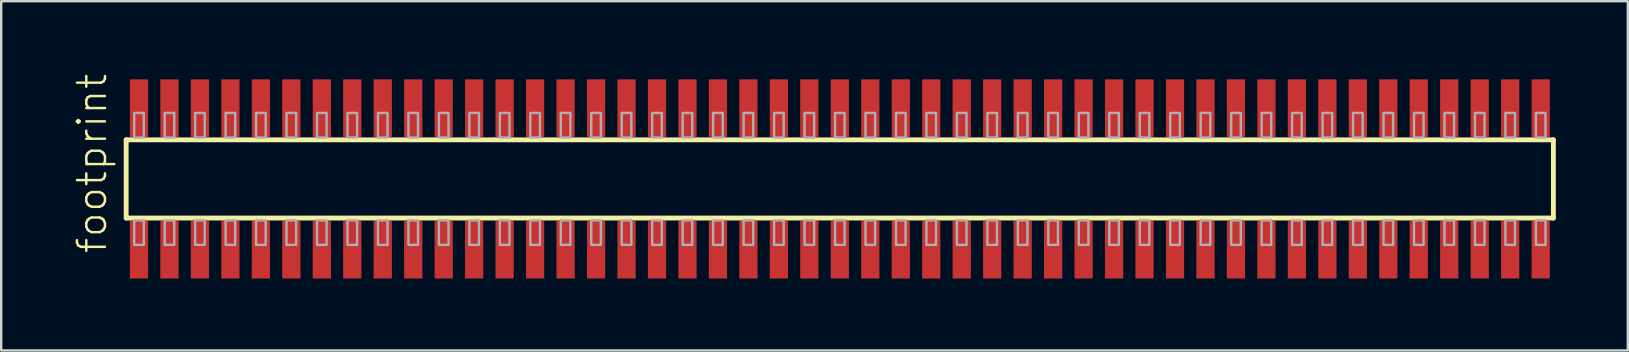
<source format=kicad_pcb>
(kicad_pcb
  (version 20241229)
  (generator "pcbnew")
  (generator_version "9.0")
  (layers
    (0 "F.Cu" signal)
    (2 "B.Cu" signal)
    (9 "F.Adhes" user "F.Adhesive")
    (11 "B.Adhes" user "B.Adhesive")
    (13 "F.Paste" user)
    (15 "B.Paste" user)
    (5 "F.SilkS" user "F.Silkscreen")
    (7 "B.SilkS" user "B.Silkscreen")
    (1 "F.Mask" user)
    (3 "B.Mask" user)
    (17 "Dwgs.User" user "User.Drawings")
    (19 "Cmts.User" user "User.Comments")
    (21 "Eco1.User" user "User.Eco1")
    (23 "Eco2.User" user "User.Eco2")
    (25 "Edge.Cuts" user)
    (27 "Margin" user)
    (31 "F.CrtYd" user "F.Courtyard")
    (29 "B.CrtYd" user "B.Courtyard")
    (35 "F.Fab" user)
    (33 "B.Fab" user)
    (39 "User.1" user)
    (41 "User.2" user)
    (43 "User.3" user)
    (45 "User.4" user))
  (footprint "footprint"
    (layer "F.Cu")
    (at 31.953 4.407)
    (property "Reference" "footprint" (at -30.48 3.175 90) (layer "F.SilkS") (effects (font (size 1.168 1.168) (thickness 0.102)) (justify left bottom)))
    (fp_line (start -29.745 -1.63) (end 29.74 -1.63) (stroke (width 0.203) (type solid)) (layer "F.SilkS"))
    (fp_line (start -29.745 1.63) (end -29.745 -1.63) (stroke (width 0.203) (type solid)) (layer "F.SilkS"))
    (fp_line (start 29.74 -1.63) (end 29.74 1.63) (stroke (width 0.203) (type solid)) (layer "F.SilkS"))
    (fp_line (start 29.74 1.63) (end -29.745 1.63) (stroke (width 0.203) (type solid)) (layer "F.SilkS"))
    (fp_poly (pts (xy -29.41 -1.725) (xy -29.01 -1.725) (xy -29.01 -2.75) (xy -29.41 -2.75)) (stroke (width 0.1) (type solid)) (fill no) (layer "F.Fab"))
    (fp_poly (pts (xy -29.01 1.725) (xy -29.41 1.725) (xy -29.41 2.75) (xy -29.01 2.75)) (stroke (width 0.1) (type solid)) (fill no) (layer "F.Fab"))
    (fp_poly (pts (xy -28.14 -1.725) (xy -27.74 -1.725) (xy -27.74 -2.75) (xy -28.14 -2.75)) (stroke (width 0.1) (type solid)) (fill no) (layer "F.Fab"))
    (fp_poly (pts (xy -27.74 1.725) (xy -28.14 1.725) (xy -28.14 2.75) (xy -27.74 2.75)) (stroke (width 0.1) (type solid)) (fill no) (layer "F.Fab"))
    (fp_poly (pts (xy -26.87 -1.725) (xy -26.47 -1.725) (xy -26.47 -2.75) (xy -26.87 -2.75)) (stroke (width 0.1) (type solid)) (fill no) (layer "F.Fab"))
    (fp_poly (pts (xy -26.47 1.725) (xy -26.87 1.725) (xy -26.87 2.75) (xy -26.47 2.75)) (stroke (width 0.1) (type solid)) (fill no) (layer "F.Fab"))
    (fp_poly (pts (xy -25.6 -1.725) (xy -25.2 -1.725) (xy -25.2 -2.75) (xy -25.6 -2.75)) (stroke (width 0.1) (type solid)) (fill no) (layer "F.Fab"))
    (fp_poly (pts (xy -25.2 1.725) (xy -25.6 1.725) (xy -25.6 2.75) (xy -25.2 2.75)) (stroke (width 0.1) (type solid)) (fill no) (layer "F.Fab"))
    (fp_poly (pts (xy -24.33 -1.725) (xy -23.93 -1.725) (xy -23.93 -2.75) (xy -24.33 -2.75)) (stroke (width 0.1) (type solid)) (fill no) (layer "F.Fab"))
    (fp_poly (pts (xy -23.93 1.725) (xy -24.33 1.725) (xy -24.33 2.75) (xy -23.93 2.75)) (stroke (width 0.1) (type solid)) (fill no) (layer "F.Fab"))
    (fp_poly (pts (xy -23.06 -1.725) (xy -22.66 -1.725) (xy -22.66 -2.75) (xy -23.06 -2.75)) (stroke (width 0.1) (type solid)) (fill no) (layer "F.Fab"))
    (fp_poly (pts (xy -22.66 1.725) (xy -23.06 1.725) (xy -23.06 2.75) (xy -22.66 2.75)) (stroke (width 0.1) (type solid)) (fill no) (layer "F.Fab"))
    (fp_poly (pts (xy -21.79 -1.725) (xy -21.39 -1.725) (xy -21.39 -2.75) (xy -21.79 -2.75)) (stroke (width 0.1) (type solid)) (fill no) (layer "F.Fab"))
    (fp_poly (pts (xy -21.39 1.725) (xy -21.79 1.725) (xy -21.79 2.75) (xy -21.39 2.75)) (stroke (width 0.1) (type solid)) (fill no) (layer "F.Fab"))
    (fp_poly (pts (xy -20.52 -1.725) (xy -20.12 -1.725) (xy -20.12 -2.75) (xy -20.52 -2.75)) (stroke (width 0.1) (type solid)) (fill no) (layer "F.Fab"))
    (fp_poly (pts (xy -20.12 1.725) (xy -20.52 1.725) (xy -20.52 2.75) (xy -20.12 2.75)) (stroke (width 0.1) (type solid)) (fill no) (layer "F.Fab"))
    (fp_poly (pts (xy -19.25 -1.725) (xy -18.85 -1.725) (xy -18.85 -2.75) (xy -19.25 -2.75)) (stroke (width 0.1) (type solid)) (fill no) (layer "F.Fab"))
    (fp_poly (pts (xy -18.85 1.725) (xy -19.25 1.725) (xy -19.25 2.75) (xy -18.85 2.75)) (stroke (width 0.1) (type solid)) (fill no) (layer "F.Fab"))
    (fp_poly (pts (xy -17.98 -1.725) (xy -17.58 -1.725) (xy -17.58 -2.75) (xy -17.98 -2.75)) (stroke (width 0.1) (type solid)) (fill no) (layer "F.Fab"))
    (fp_poly (pts (xy -17.58 1.725) (xy -17.98 1.725) (xy -17.98 2.75) (xy -17.58 2.75)) (stroke (width 0.1) (type solid)) (fill no) (layer "F.Fab"))
    (fp_poly (pts (xy -16.71 -1.725) (xy -16.31 -1.725) (xy -16.31 -2.75) (xy -16.71 -2.75)) (stroke (width 0.1) (type solid)) (fill no) (layer "F.Fab"))
    (fp_poly (pts (xy -16.31 1.725) (xy -16.71 1.725) (xy -16.71 2.75) (xy -16.31 2.75)) (stroke (width 0.1) (type solid)) (fill no) (layer "F.Fab"))
    (fp_poly (pts (xy -15.44 -1.725) (xy -15.04 -1.725) (xy -15.04 -2.75) (xy -15.44 -2.75)) (stroke (width 0.1) (type solid)) (fill no) (layer "F.Fab"))
    (fp_poly (pts (xy -15.04 1.725) (xy -15.44 1.725) (xy -15.44 2.75) (xy -15.04 2.75)) (stroke (width 0.1) (type solid)) (fill no) (layer "F.Fab"))
    (fp_poly (pts (xy -14.17 -1.725) (xy -13.77 -1.725) (xy -13.77 -2.75) (xy -14.17 -2.75)) (stroke (width 0.1) (type solid)) (fill no) (layer "F.Fab"))
    (fp_poly (pts (xy -13.77 1.725) (xy -14.17 1.725) (xy -14.17 2.75) (xy -13.77 2.75)) (stroke (width 0.1) (type solid)) (fill no) (layer "F.Fab"))
    (fp_poly (pts (xy -12.9 -1.725) (xy -12.5 -1.725) (xy -12.5 -2.75) (xy -12.9 -2.75)) (stroke (width 0.1) (type solid)) (fill no) (layer "F.Fab"))
    (fp_poly (pts (xy -12.5 1.725) (xy -12.9 1.725) (xy -12.9 2.75) (xy -12.5 2.75)) (stroke (width 0.1) (type solid)) (fill no) (layer "F.Fab"))
    (fp_poly (pts (xy -11.63 -1.725) (xy -11.23 -1.725) (xy -11.23 -2.75) (xy -11.63 -2.75)) (stroke (width 0.1) (type solid)) (fill no) (layer "F.Fab"))
    (fp_poly (pts (xy -11.23 1.725) (xy -11.63 1.725) (xy -11.63 2.75) (xy -11.23 2.75)) (stroke (width 0.1) (type solid)) (fill no) (layer "F.Fab"))
    (fp_poly (pts (xy -10.36 -1.725) (xy -9.96 -1.725) (xy -9.96 -2.75) (xy -10.36 -2.75)) (stroke (width 0.1) (type solid)) (fill no) (layer "F.Fab"))
    (fp_poly (pts (xy -9.96 1.725) (xy -10.36 1.725) (xy -10.36 2.75) (xy -9.96 2.75)) (stroke (width 0.1) (type solid)) (fill no) (layer "F.Fab"))
    (fp_poly (pts (xy -9.09 -1.725) (xy -8.69 -1.725) (xy -8.69 -2.75) (xy -9.09 -2.75)) (stroke (width 0.1) (type solid)) (fill no) (layer "F.Fab"))
    (fp_poly (pts (xy -8.69 1.725) (xy -9.09 1.725) (xy -9.09 2.75) (xy -8.69 2.75)) (stroke (width 0.1) (type solid)) (fill no) (layer "F.Fab"))
    (fp_poly (pts (xy -7.82 -1.725) (xy -7.42 -1.725) (xy -7.42 -2.75) (xy -7.82 -2.75)) (stroke (width 0.1) (type solid)) (fill no) (layer "F.Fab"))
    (fp_poly (pts (xy -7.42 1.725) (xy -7.82 1.725) (xy -7.82 2.75) (xy -7.42 2.75)) (stroke (width 0.1) (type solid)) (fill no) (layer "F.Fab"))
    (fp_poly (pts (xy -6.55 -1.725) (xy -6.15 -1.725) (xy -6.15 -2.75) (xy -6.55 -2.75)) (stroke (width 0.1) (type solid)) (fill no) (layer "F.Fab"))
    (fp_poly (pts (xy -6.15 1.725) (xy -6.55 1.725) (xy -6.55 2.75) (xy -6.15 2.75)) (stroke (width 0.1) (type solid)) (fill no) (layer "F.Fab"))
    (fp_poly (pts (xy -5.28 -1.725) (xy -4.88 -1.725) (xy -4.88 -2.75) (xy -5.28 -2.75)) (stroke (width 0.1) (type solid)) (fill no) (layer "F.Fab"))
    (fp_poly (pts (xy -4.88 1.725) (xy -5.28 1.725) (xy -5.28 2.75) (xy -4.88 2.75)) (stroke (width 0.1) (type solid)) (fill no) (layer "F.Fab"))
    (fp_poly (pts (xy -4.01 -1.725) (xy -3.61 -1.725) (xy -3.61 -2.75) (xy -4.01 -2.75)) (stroke (width 0.1) (type solid)) (fill no) (layer "F.Fab"))
    (fp_poly (pts (xy -3.61 1.725) (xy -4.01 1.725) (xy -4.01 2.75) (xy -3.61 2.75)) (stroke (width 0.1) (type solid)) (fill no) (layer "F.Fab"))
    (fp_poly (pts (xy -2.74 -1.725) (xy -2.34 -1.725) (xy -2.34 -2.75) (xy -2.74 -2.75)) (stroke (width 0.1) (type solid)) (fill no) (layer "F.Fab"))
    (fp_poly (pts (xy -2.34 1.725) (xy -2.74 1.725) (xy -2.74 2.75) (xy -2.34 2.75)) (stroke (width 0.1) (type solid)) (fill no) (layer "F.Fab"))
    (fp_poly (pts (xy -1.47 -1.725) (xy -1.07 -1.725) (xy -1.07 -2.75) (xy -1.47 -2.75)) (stroke (width 0.1) (type solid)) (fill no) (layer "F.Fab"))
    (fp_poly (pts (xy -1.07 1.725) (xy -1.47 1.725) (xy -1.47 2.75) (xy -1.07 2.75)) (stroke (width 0.1) (type solid)) (fill no) (layer "F.Fab"))
    (fp_poly (pts (xy -0.2 -1.725) (xy 0.2 -1.725) (xy 0.2 -2.75) (xy -0.2 -2.75)) (stroke (width 0.1) (type solid)) (fill no) (layer "F.Fab"))
    (fp_poly (pts (xy 0.2 1.725) (xy -0.2 1.725) (xy -0.2 2.75) (xy 0.2 2.75)) (stroke (width 0.1) (type solid)) (fill no) (layer "F.Fab"))
    (fp_poly (pts (xy 1.07 -1.725) (xy 1.47 -1.725) (xy 1.47 -2.75) (xy 1.07 -2.75)) (stroke (width 0.1) (type solid)) (fill no) (layer "F.Fab"))
    (fp_poly (pts (xy 1.47 1.725) (xy 1.07 1.725) (xy 1.07 2.75) (xy 1.47 2.75)) (stroke (width 0.1) (type solid)) (fill no) (layer "F.Fab"))
    (fp_poly (pts (xy 2.34 -1.725) (xy 2.74 -1.725) (xy 2.74 -2.75) (xy 2.34 -2.75)) (stroke (width 0.1) (type solid)) (fill no) (layer "F.Fab"))
    (fp_poly (pts (xy 2.74 1.725) (xy 2.34 1.725) (xy 2.34 2.75) (xy 2.74 2.75)) (stroke (width 0.1) (type solid)) (fill no) (layer "F.Fab"))
    (fp_poly (pts (xy 3.61 -1.725) (xy 4.01 -1.725) (xy 4.01 -2.75) (xy 3.61 -2.75)) (stroke (width 0.1) (type solid)) (fill no) (layer "F.Fab"))
    (fp_poly (pts (xy 4.01 1.725) (xy 3.61 1.725) (xy 3.61 2.75) (xy 4.01 2.75)) (stroke (width 0.1) (type solid)) (fill no) (layer "F.Fab"))
    (fp_poly (pts (xy 4.88 -1.725) (xy 5.28 -1.725) (xy 5.28 -2.75) (xy 4.88 -2.75)) (stroke (width 0.1) (type solid)) (fill no) (layer "F.Fab"))
    (fp_poly (pts (xy 5.28 1.725) (xy 4.88 1.725) (xy 4.88 2.75) (xy 5.28 2.75)) (stroke (width 0.1) (type solid)) (fill no) (layer "F.Fab"))
    (fp_poly (pts (xy 6.15 -1.725) (xy 6.55 -1.725) (xy 6.55 -2.75) (xy 6.15 -2.75)) (stroke (width 0.1) (type solid)) (fill no) (layer "F.Fab"))
    (fp_poly (pts (xy 6.55 1.725) (xy 6.15 1.725) (xy 6.15 2.75) (xy 6.55 2.75)) (stroke (width 0.1) (type solid)) (fill no) (layer "F.Fab"))
    (fp_poly (pts (xy 7.42 -1.725) (xy 7.82 -1.725) (xy 7.82 -2.75) (xy 7.42 -2.75)) (stroke (width 0.1) (type solid)) (fill no) (layer "F.Fab"))
    (fp_poly (pts (xy 7.82 1.725) (xy 7.42 1.725) (xy 7.42 2.75) (xy 7.82 2.75)) (stroke (width 0.1) (type solid)) (fill no) (layer "F.Fab"))
    (fp_poly (pts (xy 8.69 -1.725) (xy 9.09 -1.725) (xy 9.09 -2.75) (xy 8.69 -2.75)) (stroke (width 0.1) (type solid)) (fill no) (layer "F.Fab"))
    (fp_poly (pts (xy 9.09 1.725) (xy 8.69 1.725) (xy 8.69 2.75) (xy 9.09 2.75)) (stroke (width 0.1) (type solid)) (fill no) (layer "F.Fab"))
    (fp_poly (pts (xy 9.96 -1.725) (xy 10.36 -1.725) (xy 10.36 -2.75) (xy 9.96 -2.75)) (stroke (width 0.1) (type solid)) (fill no) (layer "F.Fab"))
    (fp_poly (pts (xy 10.36 1.725) (xy 9.96 1.725) (xy 9.96 2.75) (xy 10.36 2.75)) (stroke (width 0.1) (type solid)) (fill no) (layer "F.Fab"))
    (fp_poly (pts (xy 11.23 -1.725) (xy 11.63 -1.725) (xy 11.63 -2.75) (xy 11.23 -2.75)) (stroke (width 0.1) (type solid)) (fill no) (layer "F.Fab"))
    (fp_poly (pts (xy 11.63 1.725) (xy 11.23 1.725) (xy 11.23 2.75) (xy 11.63 2.75)) (stroke (width 0.1) (type solid)) (fill no) (layer "F.Fab"))
    (fp_poly (pts (xy 12.5 -1.725) (xy 12.9 -1.725) (xy 12.9 -2.75) (xy 12.5 -2.75)) (stroke (width 0.1) (type solid)) (fill no) (layer "F.Fab"))
    (fp_poly (pts (xy 12.9 1.725) (xy 12.5 1.725) (xy 12.5 2.75) (xy 12.9 2.75)) (stroke (width 0.1) (type solid)) (fill no) (layer "F.Fab"))
    (fp_poly (pts (xy 13.77 -1.725) (xy 14.17 -1.725) (xy 14.17 -2.75) (xy 13.77 -2.75)) (stroke (width 0.1) (type solid)) (fill no) (layer "F.Fab"))
    (fp_poly (pts (xy 14.17 1.725) (xy 13.77 1.725) (xy 13.77 2.75) (xy 14.17 2.75)) (stroke (width 0.1) (type solid)) (fill no) (layer "F.Fab"))
    (fp_poly (pts (xy 15.04 -1.725) (xy 15.44 -1.725) (xy 15.44 -2.75) (xy 15.04 -2.75)) (stroke (width 0.1) (type solid)) (fill no) (layer "F.Fab"))
    (fp_poly (pts (xy 15.44 1.725) (xy 15.04 1.725) (xy 15.04 2.75) (xy 15.44 2.75)) (stroke (width 0.1) (type solid)) (fill no) (layer "F.Fab"))
    (fp_poly (pts (xy 16.31 -1.725) (xy 16.71 -1.725) (xy 16.71 -2.75) (xy 16.31 -2.75)) (stroke (width 0.1) (type solid)) (fill no) (layer "F.Fab"))
    (fp_poly (pts (xy 16.71 1.725) (xy 16.31 1.725) (xy 16.31 2.75) (xy 16.71 2.75)) (stroke (width 0.1) (type solid)) (fill no) (layer "F.Fab"))
    (fp_poly (pts (xy 17.58 -1.725) (xy 17.98 -1.725) (xy 17.98 -2.75) (xy 17.58 -2.75)) (stroke (width 0.1) (type solid)) (fill no) (layer "F.Fab"))
    (fp_poly (pts (xy 17.98 1.725) (xy 17.58 1.725) (xy 17.58 2.75) (xy 17.98 2.75)) (stroke (width 0.1) (type solid)) (fill no) (layer "F.Fab"))
    (fp_poly (pts (xy 18.85 -1.725) (xy 19.25 -1.725) (xy 19.25 -2.75) (xy 18.85 -2.75)) (stroke (width 0.1) (type solid)) (fill no) (layer "F.Fab"))
    (fp_poly (pts (xy 19.25 1.725) (xy 18.85 1.725) (xy 18.85 2.75) (xy 19.25 2.75)) (stroke (width 0.1) (type solid)) (fill no) (layer "F.Fab"))
    (fp_poly (pts (xy 20.12 -1.725) (xy 20.52 -1.725) (xy 20.52 -2.75) (xy 20.12 -2.75)) (stroke (width 0.1) (type solid)) (fill no) (layer "F.Fab"))
    (fp_poly (pts (xy 20.52 1.725) (xy 20.12 1.725) (xy 20.12 2.75) (xy 20.52 2.75)) (stroke (width 0.1) (type solid)) (fill no) (layer "F.Fab"))
    (fp_poly (pts (xy 21.39 -1.725) (xy 21.79 -1.725) (xy 21.79 -2.75) (xy 21.39 -2.75)) (stroke (width 0.1) (type solid)) (fill no) (layer "F.Fab"))
    (fp_poly (pts (xy 21.79 1.725) (xy 21.39 1.725) (xy 21.39 2.75) (xy 21.79 2.75)) (stroke (width 0.1) (type solid)) (fill no) (layer "F.Fab"))
    (fp_poly (pts (xy 22.66 -1.725) (xy 23.06 -1.725) (xy 23.06 -2.75) (xy 22.66 -2.75)) (stroke (width 0.1) (type solid)) (fill no) (layer "F.Fab"))
    (fp_poly (pts (xy 23.06 1.725) (xy 22.66 1.725) (xy 22.66 2.75) (xy 23.06 2.75)) (stroke (width 0.1) (type solid)) (fill no) (layer "F.Fab"))
    (fp_poly (pts (xy 23.93 -1.725) (xy 24.33 -1.725) (xy 24.33 -2.75) (xy 23.93 -2.75)) (stroke (width 0.1) (type solid)) (fill no) (layer "F.Fab"))
    (fp_poly (pts (xy 24.33 1.725) (xy 23.93 1.725) (xy 23.93 2.75) (xy 24.33 2.75)) (stroke (width 0.1) (type solid)) (fill no) (layer "F.Fab"))
    (fp_poly (pts (xy 25.2 -1.725) (xy 25.6 -1.725) (xy 25.6 -2.75) (xy 25.2 -2.75)) (stroke (width 0.1) (type solid)) (fill no) (layer "F.Fab"))
    (fp_poly (pts (xy 25.6 1.725) (xy 25.2 1.725) (xy 25.2 2.75) (xy 25.6 2.75)) (stroke (width 0.1) (type solid)) (fill no) (layer "F.Fab"))
    (fp_poly (pts (xy 26.47 -1.725) (xy 26.87 -1.725) (xy 26.87 -2.75) (xy 26.47 -2.75)) (stroke (width 0.1) (type solid)) (fill no) (layer "F.Fab"))
    (fp_poly (pts (xy 26.87 1.725) (xy 26.47 1.725) (xy 26.47 2.75) (xy 26.87 2.75)) (stroke (width 0.1) (type solid)) (fill no) (layer "F.Fab"))
    (fp_poly (pts (xy 27.74 -1.725) (xy 28.14 -1.725) (xy 28.14 -2.75) (xy 27.74 -2.75)) (stroke (width 0.1) (type solid)) (fill no) (layer "F.Fab"))
    (fp_poly (pts (xy 28.14 1.725) (xy 27.74 1.725) (xy 27.74 2.75) (xy 28.14 2.75)) (stroke (width 0.1) (type solid)) (fill no) (layer "F.Fab"))
    (fp_poly (pts (xy 29.01 -1.725) (xy 29.41 -1.725) (xy 29.41 -2.75) (xy 29.01 -2.75)) (stroke (width 0.1) (type solid)) (fill no) (layer "F.Fab"))
    (fp_poly (pts (xy 29.41 1.725) (xy 29.01 1.725) (xy 29.01 2.75) (xy 29.41 2.75)) (stroke (width 0.1) (type solid)) (fill no) (layer "F.Fab"))
    (pad "1" smd rect (at -29.21 2.95) (size 0.76 2.4) (layers "F.Cu" "F.Mask" "F.Paste"))
    (pad "2" smd rect (at -29.21 -2.95) (size 0.76 2.4) (layers "F.Cu" "F.Mask" "F.Paste"))
    (pad "3" smd rect (at -27.94 2.95) (size 0.76 2.4) (layers "F.Cu" "F.Mask" "F.Paste"))
    (pad "4" smd rect (at -27.94 -2.95) (size 0.76 2.4) (layers "F.Cu" "F.Mask" "F.Paste"))
    (pad "5" smd rect (at -26.67 2.95) (size 0.76 2.4) (layers "F.Cu" "F.Mask" "F.Paste"))
    (pad "6" smd rect (at -26.67 -2.95) (size 0.76 2.4) (layers "F.Cu" "F.Mask" "F.Paste"))
    (pad "7" smd rect (at -25.4 2.95) (size 0.76 2.4) (layers "F.Cu" "F.Mask" "F.Paste"))
    (pad "8" smd rect (at -25.4 -2.95) (size 0.76 2.4) (layers "F.Cu" "F.Mask" "F.Paste"))
    (pad "9" smd rect (at -24.13 2.95) (size 0.76 2.4) (layers "F.Cu" "F.Mask" "F.Paste"))
    (pad "10" smd rect (at -24.13 -2.95) (size 0.76 2.4) (layers "F.Cu" "F.Mask" "F.Paste"))
    (pad "11" smd rect (at -22.86 2.95) (size 0.76 2.4) (layers "F.Cu" "F.Mask" "F.Paste"))
    (pad "12" smd rect (at -22.86 -2.95) (size 0.76 2.4) (layers "F.Cu" "F.Mask" "F.Paste"))
    (pad "13" smd rect (at -21.59 2.95) (size 0.76 2.4) (layers "F.Cu" "F.Mask" "F.Paste"))
    (pad "14" smd rect (at -21.59 -2.95) (size 0.76 2.4) (layers "F.Cu" "F.Mask" "F.Paste"))
    (pad "15" smd rect (at -20.32 2.95) (size 0.76 2.4) (layers "F.Cu" "F.Mask" "F.Paste"))
    (pad "16" smd rect (at -20.32 -2.95) (size 0.76 2.4) (layers "F.Cu" "F.Mask" "F.Paste"))
    (pad "17" smd rect (at -19.05 2.95) (size 0.76 2.4) (layers "F.Cu" "F.Mask" "F.Paste"))
    (pad "18" smd rect (at -19.05 -2.95) (size 0.76 2.4) (layers "F.Cu" "F.Mask" "F.Paste"))
    (pad "19" smd rect (at -17.78 2.95) (size 0.76 2.4) (layers "F.Cu" "F.Mask" "F.Paste"))
    (pad "20" smd rect (at -17.78 -2.95) (size 0.76 2.4) (layers "F.Cu" "F.Mask" "F.Paste"))
    (pad "21" smd rect (at -16.51 2.95) (size 0.76 2.4) (layers "F.Cu" "F.Mask" "F.Paste"))
    (pad "22" smd rect (at -16.51 -2.95) (size 0.76 2.4) (layers "F.Cu" "F.Mask" "F.Paste"))
    (pad "23" smd rect (at -15.24 2.95) (size 0.76 2.4) (layers "F.Cu" "F.Mask" "F.Paste"))
    (pad "24" smd rect (at -15.24 -2.95) (size 0.76 2.4) (layers "F.Cu" "F.Mask" "F.Paste"))
    (pad "25" smd rect (at -13.97 2.95) (size 0.76 2.4) (layers "F.Cu" "F.Mask" "F.Paste"))
    (pad "26" smd rect (at -13.97 -2.95) (size 0.76 2.4) (layers "F.Cu" "F.Mask" "F.Paste"))
    (pad "27" smd rect (at -12.7 2.95) (size 0.76 2.4) (layers "F.Cu" "F.Mask" "F.Paste"))
    (pad "28" smd rect (at -12.7 -2.95) (size 0.76 2.4) (layers "F.Cu" "F.Mask" "F.Paste"))
    (pad "29" smd rect (at -11.43 2.95) (size 0.76 2.4) (layers "F.Cu" "F.Mask" "F.Paste"))
    (pad "30" smd rect (at -11.43 -2.95) (size 0.76 2.4) (layers "F.Cu" "F.Mask" "F.Paste"))
    (pad "31" smd rect (at -10.16 2.95) (size 0.76 2.4) (layers "F.Cu" "F.Mask" "F.Paste"))
    (pad "32" smd rect (at -10.16 -2.95) (size 0.76 2.4) (layers "F.Cu" "F.Mask" "F.Paste"))
    (pad "33" smd rect (at -8.89 2.95) (size 0.76 2.4) (layers "F.Cu" "F.Mask" "F.Paste"))
    (pad "34" smd rect (at -8.89 -2.95) (size 0.76 2.4) (layers "F.Cu" "F.Mask" "F.Paste"))
    (pad "35" smd rect (at -7.62 2.95) (size 0.76 2.4) (layers "F.Cu" "F.Mask" "F.Paste"))
    (pad "36" smd rect (at -7.62 -2.95) (size 0.76 2.4) (layers "F.Cu" "F.Mask" "F.Paste"))
    (pad "37" smd rect (at -6.35 2.95) (size 0.76 2.4) (layers "F.Cu" "F.Mask" "F.Paste"))
    (pad "38" smd rect (at -6.35 -2.95) (size 0.76 2.4) (layers "F.Cu" "F.Mask" "F.Paste"))
    (pad "39" smd rect (at -5.08 2.95) (size 0.76 2.4) (layers "F.Cu" "F.Mask" "F.Paste"))
    (pad "40" smd rect (at -5.08 -2.95) (size 0.76 2.4) (layers "F.Cu" "F.Mask" "F.Paste"))
    (pad "41" smd rect (at -3.81 2.95) (size 0.76 2.4) (layers "F.Cu" "F.Mask" "F.Paste"))
    (pad "42" smd rect (at -3.81 -2.95) (size 0.76 2.4) (layers "F.Cu" "F.Mask" "F.Paste"))
    (pad "43" smd rect (at -2.54 2.95) (size 0.76 2.4) (layers "F.Cu" "F.Mask" "F.Paste"))
    (pad "44" smd rect (at -2.54 -2.95) (size 0.76 2.4) (layers "F.Cu" "F.Mask" "F.Paste"))
    (pad "45" smd rect (at -1.27 2.95) (size 0.76 2.4) (layers "F.Cu" "F.Mask" "F.Paste"))
    (pad "46" smd rect (at -1.27 -2.95) (size 0.76 2.4) (layers "F.Cu" "F.Mask" "F.Paste"))
    (pad "47" smd rect (at 0 2.95) (size 0.76 2.4) (layers "F.Cu" "F.Mask" "F.Paste"))
    (pad "48" smd rect (at 0 -2.95) (size 0.76 2.4) (layers "F.Cu" "F.Mask" "F.Paste"))
    (pad "49" smd rect (at 1.27 2.95) (size 0.76 2.4) (layers "F.Cu" "F.Mask" "F.Paste"))
    (pad "50" smd rect (at 1.27 -2.95) (size 0.76 2.4) (layers "F.Cu" "F.Mask" "F.Paste"))
    (pad "51" smd rect (at 2.54 2.95) (size 0.76 2.4) (layers "F.Cu" "F.Mask" "F.Paste"))
    (pad "52" smd rect (at 2.54 -2.95) (size 0.76 2.4) (layers "F.Cu" "F.Mask" "F.Paste"))
    (pad "53" smd rect (at 3.81 2.95) (size 0.76 2.4) (layers "F.Cu" "F.Mask" "F.Paste"))
    (pad "54" smd rect (at 3.81 -2.95) (size 0.76 2.4) (layers "F.Cu" "F.Mask" "F.Paste"))
    (pad "55" smd rect (at 5.08 2.95) (size 0.76 2.4) (layers "F.Cu" "F.Mask" "F.Paste"))
    (pad "56" smd rect (at 5.08 -2.95) (size 0.76 2.4) (layers "F.Cu" "F.Mask" "F.Paste"))
    (pad "57" smd rect (at 6.35 2.95) (size 0.76 2.4) (layers "F.Cu" "F.Mask" "F.Paste"))
    (pad "58" smd rect (at 6.35 -2.95) (size 0.76 2.4) (layers "F.Cu" "F.Mask" "F.Paste"))
    (pad "59" smd rect (at 7.62 2.95) (size 0.76 2.4) (layers "F.Cu" "F.Mask" "F.Paste"))
    (pad "60" smd rect (at 7.62 -2.95) (size 0.76 2.4) (layers "F.Cu" "F.Mask" "F.Paste"))
    (pad "61" smd rect (at 8.89 2.95) (size 0.76 2.4) (layers "F.Cu" "F.Mask" "F.Paste"))
    (pad "62" smd rect (at 8.89 -2.95) (size 0.76 2.4) (layers "F.Cu" "F.Mask" "F.Paste"))
    (pad "63" smd rect (at 10.16 2.95) (size 0.76 2.4) (layers "F.Cu" "F.Mask" "F.Paste"))
    (pad "64" smd rect (at 10.16 -2.95) (size 0.76 2.4) (layers "F.Cu" "F.Mask" "F.Paste"))
    (pad "65" smd rect (at 11.43 2.95) (size 0.76 2.4) (layers "F.Cu" "F.Mask" "F.Paste"))
    (pad "66" smd rect (at 11.43 -2.95) (size 0.76 2.4) (layers "F.Cu" "F.Mask" "F.Paste"))
    (pad "67" smd rect (at 12.7 2.95) (size 0.76 2.4) (layers "F.Cu" "F.Mask" "F.Paste"))
    (pad "68" smd rect (at 12.7 -2.95) (size 0.76 2.4) (layers "F.Cu" "F.Mask" "F.Paste"))
    (pad "69" smd rect (at 13.97 2.95) (size 0.76 2.4) (layers "F.Cu" "F.Mask" "F.Paste"))
    (pad "70" smd rect (at 13.97 -2.95) (size 0.76 2.4) (layers "F.Cu" "F.Mask" "F.Paste"))
    (pad "71" smd rect (at 15.24 2.95) (size 0.76 2.4) (layers "F.Cu" "F.Mask" "F.Paste"))
    (pad "72" smd rect (at 15.24 -2.95) (size 0.76 2.4) (layers "F.Cu" "F.Mask" "F.Paste"))
    (pad "73" smd rect (at 16.51 2.95) (size 0.76 2.4) (layers "F.Cu" "F.Mask" "F.Paste"))
    (pad "74" smd rect (at 16.51 -2.95) (size 0.76 2.4) (layers "F.Cu" "F.Mask" "F.Paste"))
    (pad "75" smd rect (at 17.78 2.95) (size 0.76 2.4) (layers "F.Cu" "F.Mask" "F.Paste"))
    (pad "76" smd rect (at 17.78 -2.95) (size 0.76 2.4) (layers "F.Cu" "F.Mask" "F.Paste"))
    (pad "77" smd rect (at 19.05 2.95) (size 0.76 2.4) (layers "F.Cu" "F.Mask" "F.Paste"))
    (pad "78" smd rect (at 19.05 -2.95) (size 0.76 2.4) (layers "F.Cu" "F.Mask" "F.Paste"))
    (pad "79" smd rect (at 20.32 2.95) (size 0.76 2.4) (layers "F.Cu" "F.Mask" "F.Paste"))
    (pad "80" smd rect (at 20.32 -2.95) (size 0.76 2.4) (layers "F.Cu" "F.Mask" "F.Paste"))
    (pad "81" smd rect (at 21.59 2.95) (size 0.76 2.4) (layers "F.Cu" "F.Mask" "F.Paste"))
    (pad "82" smd rect (at 21.59 -2.95) (size 0.76 2.4) (layers "F.Cu" "F.Mask" "F.Paste"))
    (pad "83" smd rect (at 22.86 2.95) (size 0.76 2.4) (layers "F.Cu" "F.Mask" "F.Paste"))
    (pad "84" smd rect (at 22.86 -2.95) (size 0.76 2.4) (layers "F.Cu" "F.Mask" "F.Paste"))
    (pad "85" smd rect (at 24.13 2.95) (size 0.76 2.4) (layers "F.Cu" "F.Mask" "F.Paste"))
    (pad "86" smd rect (at 24.13 -2.95) (size 0.76 2.4) (layers "F.Cu" "F.Mask" "F.Paste"))
    (pad "87" smd rect (at 25.4 2.95) (size 0.76 2.4) (layers "F.Cu" "F.Mask" "F.Paste"))
    (pad "88" smd rect (at 25.4 -2.95) (size 0.76 2.4) (layers "F.Cu" "F.Mask" "F.Paste"))
    (pad "89" smd rect (at 26.67 2.95) (size 0.76 2.4) (layers "F.Cu" "F.Mask" "F.Paste"))
    (pad "90" smd rect (at 26.67 -2.95) (size 0.76 2.4) (layers "F.Cu" "F.Mask" "F.Paste"))
    (pad "91" smd rect (at 27.94 2.95) (size 0.76 2.4) (layers "F.Cu" "F.Mask" "F.Paste"))
    (pad "92" smd rect (at 27.94 -2.95) (size 0.76 2.4) (layers "F.Cu" "F.Mask" "F.Paste"))
    (pad "93" smd rect (at 29.21 2.95) (size 0.76 2.4) (layers "F.Cu" "F.Mask" "F.Paste"))
    (pad "94" smd rect (at 29.21 -2.95) (size 0.76 2.4) (layers "F.Cu" "F.Mask" "F.Paste")))
  (gr_rect
    (start -3 -3)
    (end 64.795 11.557)
    (stroke (width 0.1) (type default))
    (fill no)
    (layer "Edge.Cuts")))
</source>
